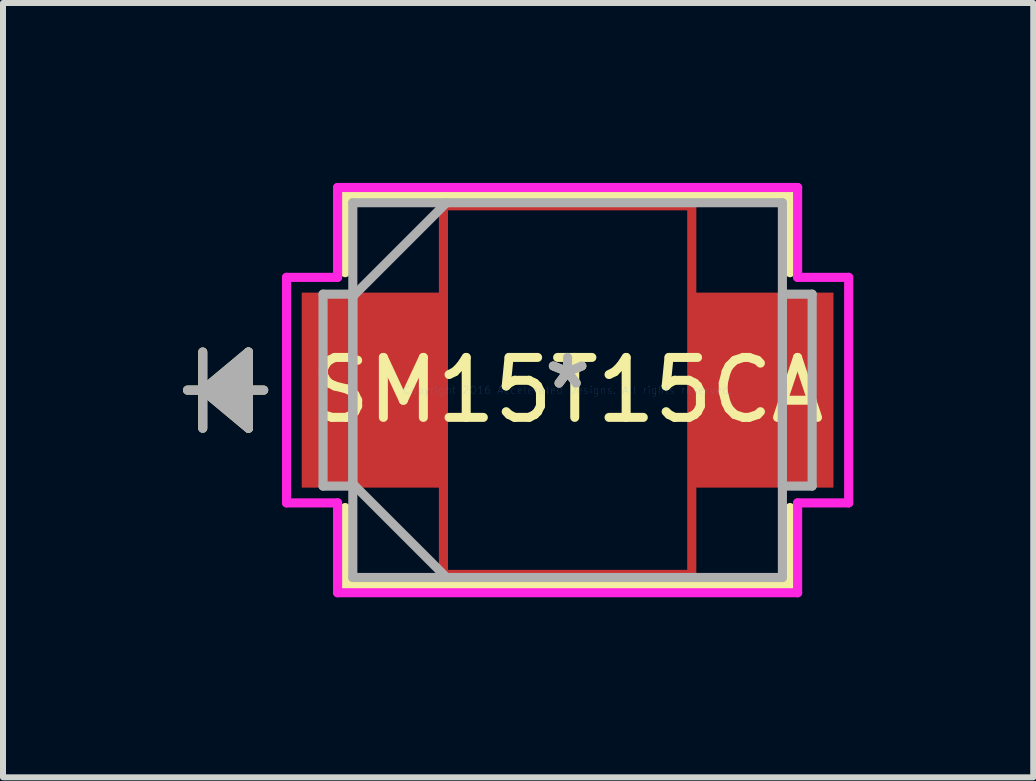
<source format=kicad_pcb>
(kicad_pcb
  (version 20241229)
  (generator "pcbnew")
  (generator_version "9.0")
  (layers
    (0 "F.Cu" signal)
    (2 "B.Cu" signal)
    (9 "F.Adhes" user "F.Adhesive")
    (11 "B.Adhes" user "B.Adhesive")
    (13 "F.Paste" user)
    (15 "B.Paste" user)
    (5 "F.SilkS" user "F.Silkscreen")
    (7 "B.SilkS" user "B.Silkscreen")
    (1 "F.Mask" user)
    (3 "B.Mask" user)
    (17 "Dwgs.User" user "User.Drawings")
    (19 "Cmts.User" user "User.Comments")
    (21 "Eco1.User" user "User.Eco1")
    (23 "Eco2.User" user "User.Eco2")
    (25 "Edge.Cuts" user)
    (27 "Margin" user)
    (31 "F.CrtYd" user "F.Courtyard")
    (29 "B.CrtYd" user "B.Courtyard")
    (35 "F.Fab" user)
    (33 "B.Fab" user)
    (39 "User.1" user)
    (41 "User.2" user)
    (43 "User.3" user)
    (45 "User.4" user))
  (footprint "SM15T15CA"
    (layer "F.Cu")
    (at 6.413 3.454)
    (property "Reference" "SM15T15CA" (at 0 0 0) (layer "F.SilkS") (effects (font (size 1 1) (thickness 0.15))))
    (attr through_hole)
    (fp_line (start -2.07 -3.073) (end 2.07 -3.073) (stroke (width 0.152) (type solid)) (layer "F.Cu"))
    (fp_line (start -2.07 3.073) (end -2.07 -3.073) (stroke (width 0.152) (type solid)) (layer "F.Cu"))
    (fp_line (start 2.07 -3.073) (end 2.07 3.073) (stroke (width 0.152) (type solid)) (layer "F.Cu"))
    (fp_line (start 2.07 3.073) (end -2.07 3.073) (stroke (width 0.152) (type solid)) (layer "F.Cu"))
    (fp_line (start -6.083 -0.635) (end -6.083 0.635) (stroke (width 0.152) (type solid)) (layer "F.SilkS"))
    (fp_line (start -6.083 0) (end -5.321 -0.635) (stroke (width 0.152) (type solid)) (layer "F.SilkS"))
    (fp_line (start -6.083 0) (end -5.321 -0.508) (stroke (width 0.152) (type solid)) (layer "F.SilkS"))
    (fp_line (start -6.083 0) (end -5.321 -0.381) (stroke (width 0.152) (type solid)) (layer "F.SilkS"))
    (fp_line (start -6.083 0) (end -5.321 -0.254) (stroke (width 0.152) (type solid)) (layer "F.SilkS"))
    (fp_line (start -6.083 0) (end -5.321 -0.127) (stroke (width 0.152) (type solid)) (layer "F.SilkS"))
    (fp_line (start -6.083 0) (end -5.321 0.127) (stroke (width 0.152) (type solid)) (layer "F.SilkS"))
    (fp_line (start -6.083 0) (end -5.321 0.254) (stroke (width 0.152) (type solid)) (layer "F.SilkS"))
    (fp_line (start -6.083 0) (end -5.321 0.381) (stroke (width 0.152) (type solid)) (layer "F.SilkS"))
    (fp_line (start -6.083 0) (end -5.321 0.508) (stroke (width 0.152) (type solid)) (layer "F.SilkS"))
    (fp_line (start -6.083 0) (end -5.321 0.635) (stroke (width 0.152) (type solid)) (layer "F.SilkS"))
    (fp_line (start -5.321 -0.635) (end -5.321 0.635) (stroke (width 0.152) (type solid)) (layer "F.SilkS"))
    (fp_line (start -5.067 0) (end -6.337 0) (stroke (width 0.152) (type solid)) (layer "F.SilkS"))
    (fp_line (start -3.708 -3.251) (end -3.708 -1.958) (stroke (width 0.152) (type solid)) (layer "F.SilkS"))
    (fp_line (start -3.708 1.958) (end -3.708 3.251) (stroke (width 0.152) (type solid)) (layer "F.SilkS"))
    (fp_line (start -3.708 3.251) (end 3.708 3.251) (stroke (width 0.152) (type solid)) (layer "F.SilkS"))
    (fp_line (start 3.708 -3.251) (end -3.708 -3.251) (stroke (width 0.152) (type solid)) (layer "F.SilkS"))
    (fp_line (start 3.708 -1.958) (end 3.708 -3.251) (stroke (width 0.152) (type solid)) (layer "F.SilkS"))
    (fp_line (start 3.708 3.251) (end 3.708 1.958) (stroke (width 0.152) (type solid)) (layer "F.SilkS"))
    (fp_line (start -4.686 -1.88) (end -3.835 -1.88) (stroke (width 0.152) (type solid)) (layer "F.CrtYd"))
    (fp_line (start -4.686 1.88) (end -4.686 -1.88) (stroke (width 0.152) (type solid)) (layer "F.CrtYd"))
    (fp_line (start -3.835 -3.378) (end 3.835 -3.378) (stroke (width 0.152) (type solid)) (layer "F.CrtYd"))
    (fp_line (start -3.835 -1.88) (end -3.835 -3.378) (stroke (width 0.152) (type solid)) (layer "F.CrtYd"))
    (fp_line (start -3.835 1.88) (end -4.686 1.88) (stroke (width 0.152) (type solid)) (layer "F.CrtYd"))
    (fp_line (start -3.835 3.378) (end -3.835 1.88) (stroke (width 0.152) (type solid)) (layer "F.CrtYd"))
    (fp_line (start 3.835 -3.378) (end 3.835 -1.88) (stroke (width 0.152) (type solid)) (layer "F.CrtYd"))
    (fp_line (start 3.835 -1.88) (end 4.686 -1.88) (stroke (width 0.152) (type solid)) (layer "F.CrtYd"))
    (fp_line (start 3.835 1.88) (end 3.835 3.378) (stroke (width 0.152) (type solid)) (layer "F.CrtYd"))
    (fp_line (start 3.835 3.378) (end -3.835 3.378) (stroke (width 0.152) (type solid)) (layer "F.CrtYd"))
    (fp_line (start 4.686 -1.88) (end 4.686 1.88) (stroke (width 0.152) (type solid)) (layer "F.CrtYd"))
    (fp_line (start 4.686 1.88) (end 3.835 1.88) (stroke (width 0.152) (type solid)) (layer "F.CrtYd"))
    (fp_line (start -6.083 -0.635) (end -6.083 0.635) (stroke (width 0.152) (type solid)) (layer "F.Fab"))
    (fp_line (start -6.083 0) (end -5.321 -0.635) (stroke (width 0.152) (type solid)) (layer "F.Fab"))
    (fp_line (start -6.083 0) (end -5.321 -0.508) (stroke (width 0.152) (type solid)) (layer "F.Fab"))
    (fp_line (start -6.083 0) (end -5.321 -0.381) (stroke (width 0.152) (type solid)) (layer "F.Fab"))
    (fp_line (start -6.083 0) (end -5.321 -0.254) (stroke (width 0.152) (type solid)) (layer "F.Fab"))
    (fp_line (start -6.083 0) (end -5.321 -0.127) (stroke (width 0.152) (type solid)) (layer "F.Fab"))
    (fp_line (start -6.083 0) (end -5.321 0.127) (stroke (width 0.152) (type solid)) (layer "F.Fab"))
    (fp_line (start -6.083 0) (end -5.321 0.254) (stroke (width 0.152) (type solid)) (layer "F.Fab"))
    (fp_line (start -6.083 0) (end -5.321 0.381) (stroke (width 0.152) (type solid)) (layer "F.Fab"))
    (fp_line (start -6.083 0) (end -5.321 0.508) (stroke (width 0.152) (type solid)) (layer "F.Fab"))
    (fp_line (start -6.083 0) (end -5.321 0.635) (stroke (width 0.152) (type solid)) (layer "F.Fab"))
    (fp_line (start -5.321 -0.635) (end -5.321 0.635) (stroke (width 0.152) (type solid)) (layer "F.Fab"))
    (fp_line (start -5.067 0) (end -6.337 0) (stroke (width 0.152) (type solid)) (layer "F.Fab"))
    (fp_line (start -4.077 -1.6) (end -4.077 1.6) (stroke (width 0.152) (type solid)) (layer "F.Fab"))
    (fp_line (start -4.077 1.6) (end -3.581 1.6) (stroke (width 0.152) (type solid)) (layer "F.Fab"))
    (fp_line (start -3.581 -3.124) (end -3.581 3.124) (stroke (width 0.152) (type solid)) (layer "F.Fab"))
    (fp_line (start -3.581 -1.6) (end -4.077 -1.6) (stroke (width 0.152) (type solid)) (layer "F.Fab"))
    (fp_line (start -3.581 -1.562) (end -2.019 -3.124) (stroke (width 0.152) (type solid)) (layer "F.Fab"))
    (fp_line (start -3.581 1.562) (end -2.019 3.124) (stroke (width 0.152) (type solid)) (layer "F.Fab"))
    (fp_line (start -3.581 1.6) (end -3.581 -1.6) (stroke (width 0.152) (type solid)) (layer "F.Fab"))
    (fp_line (start -3.581 3.124) (end 3.581 3.124) (stroke (width 0.152) (type solid)) (layer "F.Fab"))
    (fp_line (start 3.581 -3.124) (end -3.581 -3.124) (stroke (width 0.152) (type solid)) (layer "F.Fab"))
    (fp_line (start 3.581 -1.6) (end 3.581 1.6) (stroke (width 0.152) (type solid)) (layer "F.Fab"))
    (fp_line (start 3.581 1.6) (end 4.077 1.6) (stroke (width 0.152) (type solid)) (layer "F.Fab"))
    (fp_line (start 3.581 3.124) (end 3.581 -3.124) (stroke (width 0.152) (type solid)) (layer "F.Fab"))
    (fp_line (start 4.077 -1.6) (end 3.581 -1.6) (stroke (width 0.152) (type solid)) (layer "F.Fab"))
    (fp_line (start 4.077 1.6) (end 4.077 -1.6) (stroke (width 0.152) (type solid)) (layer "F.Fab"))
    (fp_text user "*" (at 0 0 0) (layer "F.SilkS") (effects (font (size 1 1) (thickness 0.15))))
    (fp_text user "Copyright 2016 Accelerated Designs. All rights reserved." (at 0 0 0) (layer "Cmts.User") (effects (font (size 0.127 0.127) (thickness 0.002))))
    (fp_text user "*" (at 0 0 0) (layer "F.Fab") (effects (font (size 1 1) (thickness 0.15))))
    (pad "1" smd rect (at -3.277 0) (size 2.311 3.251) (layers "F.Cu" "F.Mask" "F.Paste"))
    (pad "2" smd rect (at 3.277 0) (size 2.311 3.251) (layers "F.Cu" "F.Mask" "F.Paste")))
  (gr_rect
    (start -3 -3)
    (end 14.176 9.909)
    (stroke (width 0.1) (type default))
    (fill no)
    (layer "Edge.Cuts")))
</source>
